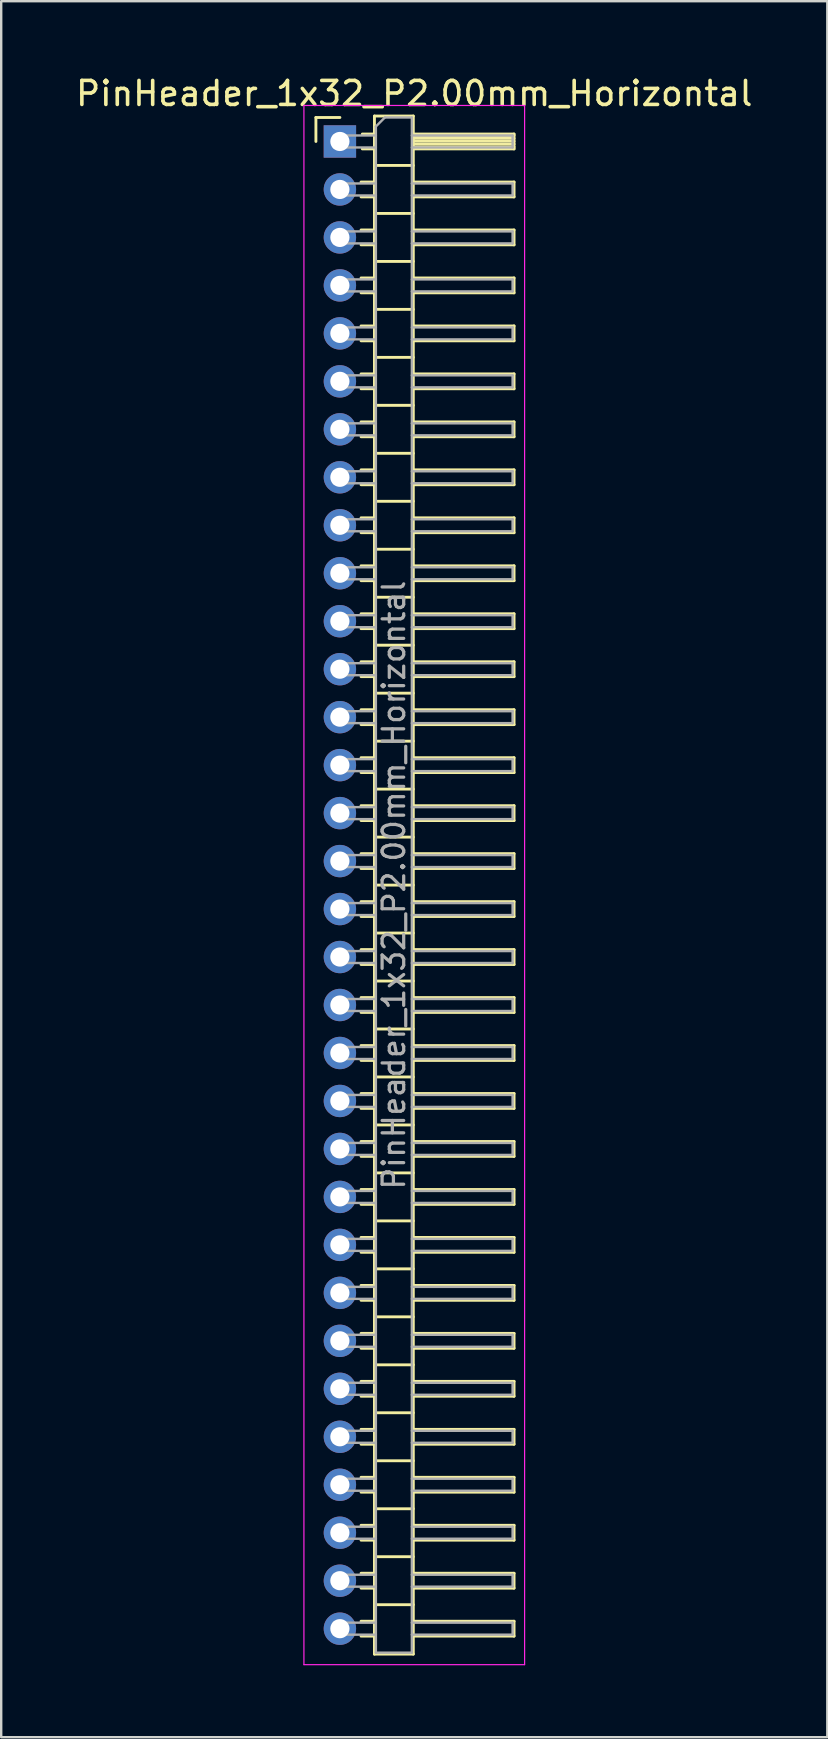
<source format=kicad_pcb>
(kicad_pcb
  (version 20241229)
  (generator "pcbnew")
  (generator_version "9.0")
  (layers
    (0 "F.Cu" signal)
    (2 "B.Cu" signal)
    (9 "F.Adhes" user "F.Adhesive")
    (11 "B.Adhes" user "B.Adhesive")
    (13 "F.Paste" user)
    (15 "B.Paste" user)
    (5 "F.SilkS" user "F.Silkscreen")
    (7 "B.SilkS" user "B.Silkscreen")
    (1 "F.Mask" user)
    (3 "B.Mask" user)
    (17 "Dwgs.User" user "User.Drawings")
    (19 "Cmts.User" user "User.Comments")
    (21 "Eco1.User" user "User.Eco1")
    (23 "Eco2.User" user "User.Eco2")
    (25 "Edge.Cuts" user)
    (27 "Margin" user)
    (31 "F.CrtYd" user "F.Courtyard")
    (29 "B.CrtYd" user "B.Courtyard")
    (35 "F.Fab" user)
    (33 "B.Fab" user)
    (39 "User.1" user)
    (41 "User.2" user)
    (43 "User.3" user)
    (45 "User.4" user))
  (footprint "PinHeader_1x32_P2.00mm_Horizontal"
    (layer "F.Cu")
    (at 11.12 2.848)
    (property "Reference" "PinHeader_1x32_P2.00mm_Horizontal" (at 3.1 -2 0) (layer "F.SilkS") (effects (font (size 1 1) (thickness 0.15))))
    (attr through_hole)
    (fp_line (start -1 -1) (end 0 -1) (stroke (width 0.12) (type solid)) (layer "F.SilkS"))
    (fp_line (start -1 0) (end -1 -1) (stroke (width 0.12) (type solid)) (layer "F.SilkS"))
    (fp_line (start 0.882 1.69) (end 1.44 1.69) (stroke (width 0.12) (type solid)) (layer "F.SilkS"))
    (fp_line (start 0.882 2.31) (end 1.44 2.31) (stroke (width 0.12) (type solid)) (layer "F.SilkS"))
    (fp_line (start 0.882 3.69) (end 1.44 3.69) (stroke (width 0.12) (type solid)) (layer "F.SilkS"))
    (fp_line (start 0.882 4.31) (end 1.44 4.31) (stroke (width 0.12) (type solid)) (layer "F.SilkS"))
    (fp_line (start 0.882 5.69) (end 1.44 5.69) (stroke (width 0.12) (type solid)) (layer "F.SilkS"))
    (fp_line (start 0.882 6.31) (end 1.44 6.31) (stroke (width 0.12) (type solid)) (layer "F.SilkS"))
    (fp_line (start 0.882 7.69) (end 1.44 7.69) (stroke (width 0.12) (type solid)) (layer "F.SilkS"))
    (fp_line (start 0.882 8.31) (end 1.44 8.31) (stroke (width 0.12) (type solid)) (layer "F.SilkS"))
    (fp_line (start 0.882 9.69) (end 1.44 9.69) (stroke (width 0.12) (type solid)) (layer "F.SilkS"))
    (fp_line (start 0.882 10.31) (end 1.44 10.31) (stroke (width 0.12) (type solid)) (layer "F.SilkS"))
    (fp_line (start 0.882 11.69) (end 1.44 11.69) (stroke (width 0.12) (type solid)) (layer "F.SilkS"))
    (fp_line (start 0.882 12.31) (end 1.44 12.31) (stroke (width 0.12) (type solid)) (layer "F.SilkS"))
    (fp_line (start 0.882 13.69) (end 1.44 13.69) (stroke (width 0.12) (type solid)) (layer "F.SilkS"))
    (fp_line (start 0.882 14.31) (end 1.44 14.31) (stroke (width 0.12) (type solid)) (layer "F.SilkS"))
    (fp_line (start 0.882 15.69) (end 1.44 15.69) (stroke (width 0.12) (type solid)) (layer "F.SilkS"))
    (fp_line (start 0.882 16.31) (end 1.44 16.31) (stroke (width 0.12) (type solid)) (layer "F.SilkS"))
    (fp_line (start 0.882 17.69) (end 1.44 17.69) (stroke (width 0.12) (type solid)) (layer "F.SilkS"))
    (fp_line (start 0.882 18.31) (end 1.44 18.31) (stroke (width 0.12) (type solid)) (layer "F.SilkS"))
    (fp_line (start 0.882 19.69) (end 1.44 19.69) (stroke (width 0.12) (type solid)) (layer "F.SilkS"))
    (fp_line (start 0.882 20.31) (end 1.44 20.31) (stroke (width 0.12) (type solid)) (layer "F.SilkS"))
    (fp_line (start 0.882 21.69) (end 1.44 21.69) (stroke (width 0.12) (type solid)) (layer "F.SilkS"))
    (fp_line (start 0.882 22.31) (end 1.44 22.31) (stroke (width 0.12) (type solid)) (layer "F.SilkS"))
    (fp_line (start 0.882 23.69) (end 1.44 23.69) (stroke (width 0.12) (type solid)) (layer "F.SilkS"))
    (fp_line (start 0.882 24.31) (end 1.44 24.31) (stroke (width 0.12) (type solid)) (layer "F.SilkS"))
    (fp_line (start 0.882 25.69) (end 1.44 25.69) (stroke (width 0.12) (type solid)) (layer "F.SilkS"))
    (fp_line (start 0.882 26.31) (end 1.44 26.31) (stroke (width 0.12) (type solid)) (layer "F.SilkS"))
    (fp_line (start 0.882 27.69) (end 1.44 27.69) (stroke (width 0.12) (type solid)) (layer "F.SilkS"))
    (fp_line (start 0.882 28.31) (end 1.44 28.31) (stroke (width 0.12) (type solid)) (layer "F.SilkS"))
    (fp_line (start 0.882 29.69) (end 1.44 29.69) (stroke (width 0.12) (type solid)) (layer "F.SilkS"))
    (fp_line (start 0.882 30.31) (end 1.44 30.31) (stroke (width 0.12) (type solid)) (layer "F.SilkS"))
    (fp_line (start 0.882 31.69) (end 1.44 31.69) (stroke (width 0.12) (type solid)) (layer "F.SilkS"))
    (fp_line (start 0.882 32.31) (end 1.44 32.31) (stroke (width 0.12) (type solid)) (layer "F.SilkS"))
    (fp_line (start 0.882 33.69) (end 1.44 33.69) (stroke (width 0.12) (type solid)) (layer "F.SilkS"))
    (fp_line (start 0.882 34.31) (end 1.44 34.31) (stroke (width 0.12) (type solid)) (layer "F.SilkS"))
    (fp_line (start 0.882 35.69) (end 1.44 35.69) (stroke (width 0.12) (type solid)) (layer "F.SilkS"))
    (fp_line (start 0.882 36.31) (end 1.44 36.31) (stroke (width 0.12) (type solid)) (layer "F.SilkS"))
    (fp_line (start 0.882 37.69) (end 1.44 37.69) (stroke (width 0.12) (type solid)) (layer "F.SilkS"))
    (fp_line (start 0.882 38.31) (end 1.44 38.31) (stroke (width 0.12) (type solid)) (layer "F.SilkS"))
    (fp_line (start 0.882 39.69) (end 1.44 39.69) (stroke (width 0.12) (type solid)) (layer "F.SilkS"))
    (fp_line (start 0.882 40.31) (end 1.44 40.31) (stroke (width 0.12) (type solid)) (layer "F.SilkS"))
    (fp_line (start 0.882 41.69) (end 1.44 41.69) (stroke (width 0.12) (type solid)) (layer "F.SilkS"))
    (fp_line (start 0.882 42.31) (end 1.44 42.31) (stroke (width 0.12) (type solid)) (layer "F.SilkS"))
    (fp_line (start 0.882 43.69) (end 1.44 43.69) (stroke (width 0.12) (type solid)) (layer "F.SilkS"))
    (fp_line (start 0.882 44.31) (end 1.44 44.31) (stroke (width 0.12) (type solid)) (layer "F.SilkS"))
    (fp_line (start 0.882 45.69) (end 1.44 45.69) (stroke (width 0.12) (type solid)) (layer "F.SilkS"))
    (fp_line (start 0.882 46.31) (end 1.44 46.31) (stroke (width 0.12) (type solid)) (layer "F.SilkS"))
    (fp_line (start 0.882 47.69) (end 1.44 47.69) (stroke (width 0.12) (type solid)) (layer "F.SilkS"))
    (fp_line (start 0.882 48.31) (end 1.44 48.31) (stroke (width 0.12) (type solid)) (layer "F.SilkS"))
    (fp_line (start 0.882 49.69) (end 1.44 49.69) (stroke (width 0.12) (type solid)) (layer "F.SilkS"))
    (fp_line (start 0.882 50.31) (end 1.44 50.31) (stroke (width 0.12) (type solid)) (layer "F.SilkS"))
    (fp_line (start 0.882 51.69) (end 1.44 51.69) (stroke (width 0.12) (type solid)) (layer "F.SilkS"))
    (fp_line (start 0.882 52.31) (end 1.44 52.31) (stroke (width 0.12) (type solid)) (layer "F.SilkS"))
    (fp_line (start 0.882 53.69) (end 1.44 53.69) (stroke (width 0.12) (type solid)) (layer "F.SilkS"))
    (fp_line (start 0.882 54.31) (end 1.44 54.31) (stroke (width 0.12) (type solid)) (layer "F.SilkS"))
    (fp_line (start 0.882 55.69) (end 1.44 55.69) (stroke (width 0.12) (type solid)) (layer "F.SilkS"))
    (fp_line (start 0.882 56.31) (end 1.44 56.31) (stroke (width 0.12) (type solid)) (layer "F.SilkS"))
    (fp_line (start 0.882 57.69) (end 1.44 57.69) (stroke (width 0.12) (type solid)) (layer "F.SilkS"))
    (fp_line (start 0.882 58.31) (end 1.44 58.31) (stroke (width 0.12) (type solid)) (layer "F.SilkS"))
    (fp_line (start 0.882 59.69) (end 1.44 59.69) (stroke (width 0.12) (type solid)) (layer "F.SilkS"))
    (fp_line (start 0.882 60.31) (end 1.44 60.31) (stroke (width 0.12) (type solid)) (layer "F.SilkS"))
    (fp_line (start 0.882 61.69) (end 1.44 61.69) (stroke (width 0.12) (type solid)) (layer "F.SilkS"))
    (fp_line (start 0.882 62.31) (end 1.44 62.31) (stroke (width 0.12) (type solid)) (layer "F.SilkS"))
    (fp_line (start 0.935 -0.31) (end 1.44 -0.31) (stroke (width 0.12) (type solid)) (layer "F.SilkS"))
    (fp_line (start 0.935 0.31) (end 1.44 0.31) (stroke (width 0.12) (type solid)) (layer "F.SilkS"))
    (fp_line (start 1.44 -1.06) (end 1.44 63.06) (stroke (width 0.12) (type solid)) (layer "F.SilkS"))
    (fp_line (start 1.44 1) (end 3.06 1) (stroke (width 0.12) (type solid)) (layer "F.SilkS"))
    (fp_line (start 1.44 3) (end 3.06 3) (stroke (width 0.12) (type solid)) (layer "F.SilkS"))
    (fp_line (start 1.44 5) (end 3.06 5) (stroke (width 0.12) (type solid)) (layer "F.SilkS"))
    (fp_line (start 1.44 7) (end 3.06 7) (stroke (width 0.12) (type solid)) (layer "F.SilkS"))
    (fp_line (start 1.44 9) (end 3.06 9) (stroke (width 0.12) (type solid)) (layer "F.SilkS"))
    (fp_line (start 1.44 11) (end 3.06 11) (stroke (width 0.12) (type solid)) (layer "F.SilkS"))
    (fp_line (start 1.44 13) (end 3.06 13) (stroke (width 0.12) (type solid)) (layer "F.SilkS"))
    (fp_line (start 1.44 15) (end 3.06 15) (stroke (width 0.12) (type solid)) (layer "F.SilkS"))
    (fp_line (start 1.44 17) (end 3.06 17) (stroke (width 0.12) (type solid)) (layer "F.SilkS"))
    (fp_line (start 1.44 19) (end 3.06 19) (stroke (width 0.12) (type solid)) (layer "F.SilkS"))
    (fp_line (start 1.44 21) (end 3.06 21) (stroke (width 0.12) (type solid)) (layer "F.SilkS"))
    (fp_line (start 1.44 23) (end 3.06 23) (stroke (width 0.12) (type solid)) (layer "F.SilkS"))
    (fp_line (start 1.44 25) (end 3.06 25) (stroke (width 0.12) (type solid)) (layer "F.SilkS"))
    (fp_line (start 1.44 27) (end 3.06 27) (stroke (width 0.12) (type solid)) (layer "F.SilkS"))
    (fp_line (start 1.44 29) (end 3.06 29) (stroke (width 0.12) (type solid)) (layer "F.SilkS"))
    (fp_line (start 1.44 31) (end 3.06 31) (stroke (width 0.12) (type solid)) (layer "F.SilkS"))
    (fp_line (start 1.44 33) (end 3.06 33) (stroke (width 0.12) (type solid)) (layer "F.SilkS"))
    (fp_line (start 1.44 35) (end 3.06 35) (stroke (width 0.12) (type solid)) (layer "F.SilkS"))
    (fp_line (start 1.44 37) (end 3.06 37) (stroke (width 0.12) (type solid)) (layer "F.SilkS"))
    (fp_line (start 1.44 39) (end 3.06 39) (stroke (width 0.12) (type solid)) (layer "F.SilkS"))
    (fp_line (start 1.44 41) (end 3.06 41) (stroke (width 0.12) (type solid)) (layer "F.SilkS"))
    (fp_line (start 1.44 43) (end 3.06 43) (stroke (width 0.12) (type solid)) (layer "F.SilkS"))
    (fp_line (start 1.44 45) (end 3.06 45) (stroke (width 0.12) (type solid)) (layer "F.SilkS"))
    (fp_line (start 1.44 47) (end 3.06 47) (stroke (width 0.12) (type solid)) (layer "F.SilkS"))
    (fp_line (start 1.44 49) (end 3.06 49) (stroke (width 0.12) (type solid)) (layer "F.SilkS"))
    (fp_line (start 1.44 51) (end 3.06 51) (stroke (width 0.12) (type solid)) (layer "F.SilkS"))
    (fp_line (start 1.44 53) (end 3.06 53) (stroke (width 0.12) (type solid)) (layer "F.SilkS"))
    (fp_line (start 1.44 55) (end 3.06 55) (stroke (width 0.12) (type solid)) (layer "F.SilkS"))
    (fp_line (start 1.44 57) (end 3.06 57) (stroke (width 0.12) (type solid)) (layer "F.SilkS"))
    (fp_line (start 1.44 59) (end 3.06 59) (stroke (width 0.12) (type solid)) (layer "F.SilkS"))
    (fp_line (start 1.44 61) (end 3.06 61) (stroke (width 0.12) (type solid)) (layer "F.SilkS"))
    (fp_line (start 1.44 63.06) (end 3.06 63.06) (stroke (width 0.12) (type solid)) (layer "F.SilkS"))
    (fp_line (start 3.06 -1.06) (end 1.44 -1.06) (stroke (width 0.12) (type solid)) (layer "F.SilkS"))
    (fp_line (start 3.06 -0.31) (end 7.26 -0.31) (stroke (width 0.12) (type solid)) (layer "F.SilkS"))
    (fp_line (start 3.06 -0.25) (end 7.26 -0.25) (stroke (width 0.12) (type solid)) (layer "F.SilkS"))
    (fp_line (start 3.06 -0.13) (end 7.26 -0.13) (stroke (width 0.12) (type solid)) (layer "F.SilkS"))
    (fp_line (start 3.06 -0.01) (end 7.26 -0.01) (stroke (width 0.12) (type solid)) (layer "F.SilkS"))
    (fp_line (start 3.06 0.11) (end 7.26 0.11) (stroke (width 0.12) (type solid)) (layer "F.SilkS"))
    (fp_line (start 3.06 0.23) (end 7.26 0.23) (stroke (width 0.12) (type solid)) (layer "F.SilkS"))
    (fp_line (start 3.06 1.69) (end 7.26 1.69) (stroke (width 0.12) (type solid)) (layer "F.SilkS"))
    (fp_line (start 3.06 3.69) (end 7.26 3.69) (stroke (width 0.12) (type solid)) (layer "F.SilkS"))
    (fp_line (start 3.06 5.69) (end 7.26 5.69) (stroke (width 0.12) (type solid)) (layer "F.SilkS"))
    (fp_line (start 3.06 7.69) (end 7.26 7.69) (stroke (width 0.12) (type solid)) (layer "F.SilkS"))
    (fp_line (start 3.06 9.69) (end 7.26 9.69) (stroke (width 0.12) (type solid)) (layer "F.SilkS"))
    (fp_line (start 3.06 11.69) (end 7.26 11.69) (stroke (width 0.12) (type solid)) (layer "F.SilkS"))
    (fp_line (start 3.06 13.69) (end 7.26 13.69) (stroke (width 0.12) (type solid)) (layer "F.SilkS"))
    (fp_line (start 3.06 15.69) (end 7.26 15.69) (stroke (width 0.12) (type solid)) (layer "F.SilkS"))
    (fp_line (start 3.06 17.69) (end 7.26 17.69) (stroke (width 0.12) (type solid)) (layer "F.SilkS"))
    (fp_line (start 3.06 19.69) (end 7.26 19.69) (stroke (width 0.12) (type solid)) (layer "F.SilkS"))
    (fp_line (start 3.06 21.69) (end 7.26 21.69) (stroke (width 0.12) (type solid)) (layer "F.SilkS"))
    (fp_line (start 3.06 23.69) (end 7.26 23.69) (stroke (width 0.12) (type solid)) (layer "F.SilkS"))
    (fp_line (start 3.06 25.69) (end 7.26 25.69) (stroke (width 0.12) (type solid)) (layer "F.SilkS"))
    (fp_line (start 3.06 27.69) (end 7.26 27.69) (stroke (width 0.12) (type solid)) (layer "F.SilkS"))
    (fp_line (start 3.06 29.69) (end 7.26 29.69) (stroke (width 0.12) (type solid)) (layer "F.SilkS"))
    (fp_line (start 3.06 31.69) (end 7.26 31.69) (stroke (width 0.12) (type solid)) (layer "F.SilkS"))
    (fp_line (start 3.06 33.69) (end 7.26 33.69) (stroke (width 0.12) (type solid)) (layer "F.SilkS"))
    (fp_line (start 3.06 35.69) (end 7.26 35.69) (stroke (width 0.12) (type solid)) (layer "F.SilkS"))
    (fp_line (start 3.06 37.69) (end 7.26 37.69) (stroke (width 0.12) (type solid)) (layer "F.SilkS"))
    (fp_line (start 3.06 39.69) (end 7.26 39.69) (stroke (width 0.12) (type solid)) (layer "F.SilkS"))
    (fp_line (start 3.06 41.69) (end 7.26 41.69) (stroke (width 0.12) (type solid)) (layer "F.SilkS"))
    (fp_line (start 3.06 43.69) (end 7.26 43.69) (stroke (width 0.12) (type solid)) (layer "F.SilkS"))
    (fp_line (start 3.06 45.69) (end 7.26 45.69) (stroke (width 0.12) (type solid)) (layer "F.SilkS"))
    (fp_line (start 3.06 47.69) (end 7.26 47.69) (stroke (width 0.12) (type solid)) (layer "F.SilkS"))
    (fp_line (start 3.06 49.69) (end 7.26 49.69) (stroke (width 0.12) (type solid)) (layer "F.SilkS"))
    (fp_line (start 3.06 51.69) (end 7.26 51.69) (stroke (width 0.12) (type solid)) (layer "F.SilkS"))
    (fp_line (start 3.06 53.69) (end 7.26 53.69) (stroke (width 0.12) (type solid)) (layer "F.SilkS"))
    (fp_line (start 3.06 55.69) (end 7.26 55.69) (stroke (width 0.12) (type solid)) (layer "F.SilkS"))
    (fp_line (start 3.06 57.69) (end 7.26 57.69) (stroke (width 0.12) (type solid)) (layer "F.SilkS"))
    (fp_line (start 3.06 59.69) (end 7.26 59.69) (stroke (width 0.12) (type solid)) (layer "F.SilkS"))
    (fp_line (start 3.06 61.69) (end 7.26 61.69) (stroke (width 0.12) (type solid)) (layer "F.SilkS"))
    (fp_line (start 3.06 63.06) (end 3.06 -1.06) (stroke (width 0.12) (type solid)) (layer "F.SilkS"))
    (fp_line (start 7.26 -0.31) (end 7.26 0.31) (stroke (width 0.12) (type solid)) (layer "F.SilkS"))
    (fp_line (start 7.26 0.31) (end 3.06 0.31) (stroke (width 0.12) (type solid)) (layer "F.SilkS"))
    (fp_line (start 7.26 1.69) (end 7.26 2.31) (stroke (width 0.12) (type solid)) (layer "F.SilkS"))
    (fp_line (start 7.26 2.31) (end 3.06 2.31) (stroke (width 0.12) (type solid)) (layer "F.SilkS"))
    (fp_line (start 7.26 3.69) (end 7.26 4.31) (stroke (width 0.12) (type solid)) (layer "F.SilkS"))
    (fp_line (start 7.26 4.31) (end 3.06 4.31) (stroke (width 0.12) (type solid)) (layer "F.SilkS"))
    (fp_line (start 7.26 5.69) (end 7.26 6.31) (stroke (width 0.12) (type solid)) (layer "F.SilkS"))
    (fp_line (start 7.26 6.31) (end 3.06 6.31) (stroke (width 0.12) (type solid)) (layer "F.SilkS"))
    (fp_line (start 7.26 7.69) (end 7.26 8.31) (stroke (width 0.12) (type solid)) (layer "F.SilkS"))
    (fp_line (start 7.26 8.31) (end 3.06 8.31) (stroke (width 0.12) (type solid)) (layer "F.SilkS"))
    (fp_line (start 7.26 9.69) (end 7.26 10.31) (stroke (width 0.12) (type solid)) (layer "F.SilkS"))
    (fp_line (start 7.26 10.31) (end 3.06 10.31) (stroke (width 0.12) (type solid)) (layer "F.SilkS"))
    (fp_line (start 7.26 11.69) (end 7.26 12.31) (stroke (width 0.12) (type solid)) (layer "F.SilkS"))
    (fp_line (start 7.26 12.31) (end 3.06 12.31) (stroke (width 0.12) (type solid)) (layer "F.SilkS"))
    (fp_line (start 7.26 13.69) (end 7.26 14.31) (stroke (width 0.12) (type solid)) (layer "F.SilkS"))
    (fp_line (start 7.26 14.31) (end 3.06 14.31) (stroke (width 0.12) (type solid)) (layer "F.SilkS"))
    (fp_line (start 7.26 15.69) (end 7.26 16.31) (stroke (width 0.12) (type solid)) (layer "F.SilkS"))
    (fp_line (start 7.26 16.31) (end 3.06 16.31) (stroke (width 0.12) (type solid)) (layer "F.SilkS"))
    (fp_line (start 7.26 17.69) (end 7.26 18.31) (stroke (width 0.12) (type solid)) (layer "F.SilkS"))
    (fp_line (start 7.26 18.31) (end 3.06 18.31) (stroke (width 0.12) (type solid)) (layer "F.SilkS"))
    (fp_line (start 7.26 19.69) (end 7.26 20.31) (stroke (width 0.12) (type solid)) (layer "F.SilkS"))
    (fp_line (start 7.26 20.31) (end 3.06 20.31) (stroke (width 0.12) (type solid)) (layer "F.SilkS"))
    (fp_line (start 7.26 21.69) (end 7.26 22.31) (stroke (width 0.12) (type solid)) (layer "F.SilkS"))
    (fp_line (start 7.26 22.31) (end 3.06 22.31) (stroke (width 0.12) (type solid)) (layer "F.SilkS"))
    (fp_line (start 7.26 23.69) (end 7.26 24.31) (stroke (width 0.12) (type solid)) (layer "F.SilkS"))
    (fp_line (start 7.26 24.31) (end 3.06 24.31) (stroke (width 0.12) (type solid)) (layer "F.SilkS"))
    (fp_line (start 7.26 25.69) (end 7.26 26.31) (stroke (width 0.12) (type solid)) (layer "F.SilkS"))
    (fp_line (start 7.26 26.31) (end 3.06 26.31) (stroke (width 0.12) (type solid)) (layer "F.SilkS"))
    (fp_line (start 7.26 27.69) (end 7.26 28.31) (stroke (width 0.12) (type solid)) (layer "F.SilkS"))
    (fp_line (start 7.26 28.31) (end 3.06 28.31) (stroke (width 0.12) (type solid)) (layer "F.SilkS"))
    (fp_line (start 7.26 29.69) (end 7.26 30.31) (stroke (width 0.12) (type solid)) (layer "F.SilkS"))
    (fp_line (start 7.26 30.31) (end 3.06 30.31) (stroke (width 0.12) (type solid)) (layer "F.SilkS"))
    (fp_line (start 7.26 31.69) (end 7.26 32.31) (stroke (width 0.12) (type solid)) (layer "F.SilkS"))
    (fp_line (start 7.26 32.31) (end 3.06 32.31) (stroke (width 0.12) (type solid)) (layer "F.SilkS"))
    (fp_line (start 7.26 33.69) (end 7.26 34.31) (stroke (width 0.12) (type solid)) (layer "F.SilkS"))
    (fp_line (start 7.26 34.31) (end 3.06 34.31) (stroke (width 0.12) (type solid)) (layer "F.SilkS"))
    (fp_line (start 7.26 35.69) (end 7.26 36.31) (stroke (width 0.12) (type solid)) (layer "F.SilkS"))
    (fp_line (start 7.26 36.31) (end 3.06 36.31) (stroke (width 0.12) (type solid)) (layer "F.SilkS"))
    (fp_line (start 7.26 37.69) (end 7.26 38.31) (stroke (width 0.12) (type solid)) (layer "F.SilkS"))
    (fp_line (start 7.26 38.31) (end 3.06 38.31) (stroke (width 0.12) (type solid)) (layer "F.SilkS"))
    (fp_line (start 7.26 39.69) (end 7.26 40.31) (stroke (width 0.12) (type solid)) (layer "F.SilkS"))
    (fp_line (start 7.26 40.31) (end 3.06 40.31) (stroke (width 0.12) (type solid)) (layer "F.SilkS"))
    (fp_line (start 7.26 41.69) (end 7.26 42.31) (stroke (width 0.12) (type solid)) (layer "F.SilkS"))
    (fp_line (start 7.26 42.31) (end 3.06 42.31) (stroke (width 0.12) (type solid)) (layer "F.SilkS"))
    (fp_line (start 7.26 43.69) (end 7.26 44.31) (stroke (width 0.12) (type solid)) (layer "F.SilkS"))
    (fp_line (start 7.26 44.31) (end 3.06 44.31) (stroke (width 0.12) (type solid)) (layer "F.SilkS"))
    (fp_line (start 7.26 45.69) (end 7.26 46.31) (stroke (width 0.12) (type solid)) (layer "F.SilkS"))
    (fp_line (start 7.26 46.31) (end 3.06 46.31) (stroke (width 0.12) (type solid)) (layer "F.SilkS"))
    (fp_line (start 7.26 47.69) (end 7.26 48.31) (stroke (width 0.12) (type solid)) (layer "F.SilkS"))
    (fp_line (start 7.26 48.31) (end 3.06 48.31) (stroke (width 0.12) (type solid)) (layer "F.SilkS"))
    (fp_line (start 7.26 49.69) (end 7.26 50.31) (stroke (width 0.12) (type solid)) (layer "F.SilkS"))
    (fp_line (start 7.26 50.31) (end 3.06 50.31) (stroke (width 0.12) (type solid)) (layer "F.SilkS"))
    (fp_line (start 7.26 51.69) (end 7.26 52.31) (stroke (width 0.12) (type solid)) (layer "F.SilkS"))
    (fp_line (start 7.26 52.31) (end 3.06 52.31) (stroke (width 0.12) (type solid)) (layer "F.SilkS"))
    (fp_line (start 7.26 53.69) (end 7.26 54.31) (stroke (width 0.12) (type solid)) (layer "F.SilkS"))
    (fp_line (start 7.26 54.31) (end 3.06 54.31) (stroke (width 0.12) (type solid)) (layer "F.SilkS"))
    (fp_line (start 7.26 55.69) (end 7.26 56.31) (stroke (width 0.12) (type solid)) (layer "F.SilkS"))
    (fp_line (start 7.26 56.31) (end 3.06 56.31) (stroke (width 0.12) (type solid)) (layer "F.SilkS"))
    (fp_line (start 7.26 57.69) (end 7.26 58.31) (stroke (width 0.12) (type solid)) (layer "F.SilkS"))
    (fp_line (start 7.26 58.31) (end 3.06 58.31) (stroke (width 0.12) (type solid)) (layer "F.SilkS"))
    (fp_line (start 7.26 59.69) (end 7.26 60.31) (stroke (width 0.12) (type solid)) (layer "F.SilkS"))
    (fp_line (start 7.26 60.31) (end 3.06 60.31) (stroke (width 0.12) (type solid)) (layer "F.SilkS"))
    (fp_line (start 7.26 61.69) (end 7.26 62.31) (stroke (width 0.12) (type solid)) (layer "F.SilkS"))
    (fp_line (start 7.26 62.31) (end 3.06 62.31) (stroke (width 0.12) (type solid)) (layer "F.SilkS"))
    (fp_line (start -1.5 -1.5) (end -1.5 63.5) (stroke (width 0.05) (type solid)) (layer "F.CrtYd"))
    (fp_line (start -1.5 63.5) (end 7.7 63.5) (stroke (width 0.05) (type solid)) (layer "F.CrtYd"))
    (fp_line (start 7.7 -1.5) (end -1.5 -1.5) (stroke (width 0.05) (type solid)) (layer "F.CrtYd"))
    (fp_line (start 7.7 63.5) (end 7.7 -1.5) (stroke (width 0.05) (type solid)) (layer "F.CrtYd"))
    (fp_line (start -0.25 -0.25) (end -0.25 0.25) (stroke (width 0.1) (type solid)) (layer "F.Fab"))
    (fp_line (start -0.25 -0.25) (end 1.5 -0.25) (stroke (width 0.1) (type solid)) (layer "F.Fab"))
    (fp_line (start -0.25 0.25) (end 1.5 0.25) (stroke (width 0.1) (type solid)) (layer "F.Fab"))
    (fp_line (start -0.25 1.75) (end -0.25 2.25) (stroke (width 0.1) (type solid)) (layer "F.Fab"))
    (fp_line (start -0.25 1.75) (end 1.5 1.75) (stroke (width 0.1) (type solid)) (layer "F.Fab"))
    (fp_line (start -0.25 2.25) (end 1.5 2.25) (stroke (width 0.1) (type solid)) (layer "F.Fab"))
    (fp_line (start -0.25 3.75) (end -0.25 4.25) (stroke (width 0.1) (type solid)) (layer "F.Fab"))
    (fp_line (start -0.25 3.75) (end 1.5 3.75) (stroke (width 0.1) (type solid)) (layer "F.Fab"))
    (fp_line (start -0.25 4.25) (end 1.5 4.25) (stroke (width 0.1) (type solid)) (layer "F.Fab"))
    (fp_line (start -0.25 5.75) (end -0.25 6.25) (stroke (width 0.1) (type solid)) (layer "F.Fab"))
    (fp_line (start -0.25 5.75) (end 1.5 5.75) (stroke (width 0.1) (type solid)) (layer "F.Fab"))
    (fp_line (start -0.25 6.25) (end 1.5 6.25) (stroke (width 0.1) (type solid)) (layer "F.Fab"))
    (fp_line (start -0.25 7.75) (end -0.25 8.25) (stroke (width 0.1) (type solid)) (layer "F.Fab"))
    (fp_line (start -0.25 7.75) (end 1.5 7.75) (stroke (width 0.1) (type solid)) (layer "F.Fab"))
    (fp_line (start -0.25 8.25) (end 1.5 8.25) (stroke (width 0.1) (type solid)) (layer "F.Fab"))
    (fp_line (start -0.25 9.75) (end -0.25 10.25) (stroke (width 0.1) (type solid)) (layer "F.Fab"))
    (fp_line (start -0.25 9.75) (end 1.5 9.75) (stroke (width 0.1) (type solid)) (layer "F.Fab"))
    (fp_line (start -0.25 10.25) (end 1.5 10.25) (stroke (width 0.1) (type solid)) (layer "F.Fab"))
    (fp_line (start -0.25 11.75) (end -0.25 12.25) (stroke (width 0.1) (type solid)) (layer "F.Fab"))
    (fp_line (start -0.25 11.75) (end 1.5 11.75) (stroke (width 0.1) (type solid)) (layer "F.Fab"))
    (fp_line (start -0.25 12.25) (end 1.5 12.25) (stroke (width 0.1) (type solid)) (layer "F.Fab"))
    (fp_line (start -0.25 13.75) (end -0.25 14.25) (stroke (width 0.1) (type solid)) (layer "F.Fab"))
    (fp_line (start -0.25 13.75) (end 1.5 13.75) (stroke (width 0.1) (type solid)) (layer "F.Fab"))
    (fp_line (start -0.25 14.25) (end 1.5 14.25) (stroke (width 0.1) (type solid)) (layer "F.Fab"))
    (fp_line (start -0.25 15.75) (end -0.25 16.25) (stroke (width 0.1) (type solid)) (layer "F.Fab"))
    (fp_line (start -0.25 15.75) (end 1.5 15.75) (stroke (width 0.1) (type solid)) (layer "F.Fab"))
    (fp_line (start -0.25 16.25) (end 1.5 16.25) (stroke (width 0.1) (type solid)) (layer "F.Fab"))
    (fp_line (start -0.25 17.75) (end -0.25 18.25) (stroke (width 0.1) (type solid)) (layer "F.Fab"))
    (fp_line (start -0.25 17.75) (end 1.5 17.75) (stroke (width 0.1) (type solid)) (layer "F.Fab"))
    (fp_line (start -0.25 18.25) (end 1.5 18.25) (stroke (width 0.1) (type solid)) (layer "F.Fab"))
    (fp_line (start -0.25 19.75) (end -0.25 20.25) (stroke (width 0.1) (type solid)) (layer "F.Fab"))
    (fp_line (start -0.25 19.75) (end 1.5 19.75) (stroke (width 0.1) (type solid)) (layer "F.Fab"))
    (fp_line (start -0.25 20.25) (end 1.5 20.25) (stroke (width 0.1) (type solid)) (layer "F.Fab"))
    (fp_line (start -0.25 21.75) (end -0.25 22.25) (stroke (width 0.1) (type solid)) (layer "F.Fab"))
    (fp_line (start -0.25 21.75) (end 1.5 21.75) (stroke (width 0.1) (type solid)) (layer "F.Fab"))
    (fp_line (start -0.25 22.25) (end 1.5 22.25) (stroke (width 0.1) (type solid)) (layer "F.Fab"))
    (fp_line (start -0.25 23.75) (end -0.25 24.25) (stroke (width 0.1) (type solid)) (layer "F.Fab"))
    (fp_line (start -0.25 23.75) (end 1.5 23.75) (stroke (width 0.1) (type solid)) (layer "F.Fab"))
    (fp_line (start -0.25 24.25) (end 1.5 24.25) (stroke (width 0.1) (type solid)) (layer "F.Fab"))
    (fp_line (start -0.25 25.75) (end -0.25 26.25) (stroke (width 0.1) (type solid)) (layer "F.Fab"))
    (fp_line (start -0.25 25.75) (end 1.5 25.75) (stroke (width 0.1) (type solid)) (layer "F.Fab"))
    (fp_line (start -0.25 26.25) (end 1.5 26.25) (stroke (width 0.1) (type solid)) (layer "F.Fab"))
    (fp_line (start -0.25 27.75) (end -0.25 28.25) (stroke (width 0.1) (type solid)) (layer "F.Fab"))
    (fp_line (start -0.25 27.75) (end 1.5 27.75) (stroke (width 0.1) (type solid)) (layer "F.Fab"))
    (fp_line (start -0.25 28.25) (end 1.5 28.25) (stroke (width 0.1) (type solid)) (layer "F.Fab"))
    (fp_line (start -0.25 29.75) (end -0.25 30.25) (stroke (width 0.1) (type solid)) (layer "F.Fab"))
    (fp_line (start -0.25 29.75) (end 1.5 29.75) (stroke (width 0.1) (type solid)) (layer "F.Fab"))
    (fp_line (start -0.25 30.25) (end 1.5 30.25) (stroke (width 0.1) (type solid)) (layer "F.Fab"))
    (fp_line (start -0.25 31.75) (end -0.25 32.25) (stroke (width 0.1) (type solid)) (layer "F.Fab"))
    (fp_line (start -0.25 31.75) (end 1.5 31.75) (stroke (width 0.1) (type solid)) (layer "F.Fab"))
    (fp_line (start -0.25 32.25) (end 1.5 32.25) (stroke (width 0.1) (type solid)) (layer "F.Fab"))
    (fp_line (start -0.25 33.75) (end -0.25 34.25) (stroke (width 0.1) (type solid)) (layer "F.Fab"))
    (fp_line (start -0.25 33.75) (end 1.5 33.75) (stroke (width 0.1) (type solid)) (layer "F.Fab"))
    (fp_line (start -0.25 34.25) (end 1.5 34.25) (stroke (width 0.1) (type solid)) (layer "F.Fab"))
    (fp_line (start -0.25 35.75) (end -0.25 36.25) (stroke (width 0.1) (type solid)) (layer "F.Fab"))
    (fp_line (start -0.25 35.75) (end 1.5 35.75) (stroke (width 0.1) (type solid)) (layer "F.Fab"))
    (fp_line (start -0.25 36.25) (end 1.5 36.25) (stroke (width 0.1) (type solid)) (layer "F.Fab"))
    (fp_line (start -0.25 37.75) (end -0.25 38.25) (stroke (width 0.1) (type solid)) (layer "F.Fab"))
    (fp_line (start -0.25 37.75) (end 1.5 37.75) (stroke (width 0.1) (type solid)) (layer "F.Fab"))
    (fp_line (start -0.25 38.25) (end 1.5 38.25) (stroke (width 0.1) (type solid)) (layer "F.Fab"))
    (fp_line (start -0.25 39.75) (end -0.25 40.25) (stroke (width 0.1) (type solid)) (layer "F.Fab"))
    (fp_line (start -0.25 39.75) (end 1.5 39.75) (stroke (width 0.1) (type solid)) (layer "F.Fab"))
    (fp_line (start -0.25 40.25) (end 1.5 40.25) (stroke (width 0.1) (type solid)) (layer "F.Fab"))
    (fp_line (start -0.25 41.75) (end -0.25 42.25) (stroke (width 0.1) (type solid)) (layer "F.Fab"))
    (fp_line (start -0.25 41.75) (end 1.5 41.75) (stroke (width 0.1) (type solid)) (layer "F.Fab"))
    (fp_line (start -0.25 42.25) (end 1.5 42.25) (stroke (width 0.1) (type solid)) (layer "F.Fab"))
    (fp_line (start -0.25 43.75) (end -0.25 44.25) (stroke (width 0.1) (type solid)) (layer "F.Fab"))
    (fp_line (start -0.25 43.75) (end 1.5 43.75) (stroke (width 0.1) (type solid)) (layer "F.Fab"))
    (fp_line (start -0.25 44.25) (end 1.5 44.25) (stroke (width 0.1) (type solid)) (layer "F.Fab"))
    (fp_line (start -0.25 45.75) (end -0.25 46.25) (stroke (width 0.1) (type solid)) (layer "F.Fab"))
    (fp_line (start -0.25 45.75) (end 1.5 45.75) (stroke (width 0.1) (type solid)) (layer "F.Fab"))
    (fp_line (start -0.25 46.25) (end 1.5 46.25) (stroke (width 0.1) (type solid)) (layer "F.Fab"))
    (fp_line (start -0.25 47.75) (end -0.25 48.25) (stroke (width 0.1) (type solid)) (layer "F.Fab"))
    (fp_line (start -0.25 47.75) (end 1.5 47.75) (stroke (width 0.1) (type solid)) (layer "F.Fab"))
    (fp_line (start -0.25 48.25) (end 1.5 48.25) (stroke (width 0.1) (type solid)) (layer "F.Fab"))
    (fp_line (start -0.25 49.75) (end -0.25 50.25) (stroke (width 0.1) (type solid)) (layer "F.Fab"))
    (fp_line (start -0.25 49.75) (end 1.5 49.75) (stroke (width 0.1) (type solid)) (layer "F.Fab"))
    (fp_line (start -0.25 50.25) (end 1.5 50.25) (stroke (width 0.1) (type solid)) (layer "F.Fab"))
    (fp_line (start -0.25 51.75) (end -0.25 52.25) (stroke (width 0.1) (type solid)) (layer "F.Fab"))
    (fp_line (start -0.25 51.75) (end 1.5 51.75) (stroke (width 0.1) (type solid)) (layer "F.Fab"))
    (fp_line (start -0.25 52.25) (end 1.5 52.25) (stroke (width 0.1) (type solid)) (layer "F.Fab"))
    (fp_line (start -0.25 53.75) (end -0.25 54.25) (stroke (width 0.1) (type solid)) (layer "F.Fab"))
    (fp_line (start -0.25 53.75) (end 1.5 53.75) (stroke (width 0.1) (type solid)) (layer "F.Fab"))
    (fp_line (start -0.25 54.25) (end 1.5 54.25) (stroke (width 0.1) (type solid)) (layer "F.Fab"))
    (fp_line (start -0.25 55.75) (end -0.25 56.25) (stroke (width 0.1) (type solid)) (layer "F.Fab"))
    (fp_line (start -0.25 55.75) (end 1.5 55.75) (stroke (width 0.1) (type solid)) (layer "F.Fab"))
    (fp_line (start -0.25 56.25) (end 1.5 56.25) (stroke (width 0.1) (type solid)) (layer "F.Fab"))
    (fp_line (start -0.25 57.75) (end -0.25 58.25) (stroke (width 0.1) (type solid)) (layer "F.Fab"))
    (fp_line (start -0.25 57.75) (end 1.5 57.75) (stroke (width 0.1) (type solid)) (layer "F.Fab"))
    (fp_line (start -0.25 58.25) (end 1.5 58.25) (stroke (width 0.1) (type solid)) (layer "F.Fab"))
    (fp_line (start -0.25 59.75) (end -0.25 60.25) (stroke (width 0.1) (type solid)) (layer "F.Fab"))
    (fp_line (start -0.25 59.75) (end 1.5 59.75) (stroke (width 0.1) (type solid)) (layer "F.Fab"))
    (fp_line (start -0.25 60.25) (end 1.5 60.25) (stroke (width 0.1) (type solid)) (layer "F.Fab"))
    (fp_line (start -0.25 61.75) (end -0.25 62.25) (stroke (width 0.1) (type solid)) (layer "F.Fab"))
    (fp_line (start -0.25 61.75) (end 1.5 61.75) (stroke (width 0.1) (type solid)) (layer "F.Fab"))
    (fp_line (start -0.25 62.25) (end 1.5 62.25) (stroke (width 0.1) (type solid)) (layer "F.Fab"))
    (fp_line (start 1.5 -0.625) (end 1.875 -1) (stroke (width 0.1) (type solid)) (layer "F.Fab"))
    (fp_line (start 1.5 63) (end 1.5 -0.625) (stroke (width 0.1) (type solid)) (layer "F.Fab"))
    (fp_line (start 1.875 -1) (end 3 -1) (stroke (width 0.1) (type solid)) (layer "F.Fab"))
    (fp_line (start 3 -1) (end 3 63) (stroke (width 0.1) (type solid)) (layer "F.Fab"))
    (fp_line (start 3 -0.25) (end 7.2 -0.25) (stroke (width 0.1) (type solid)) (layer "F.Fab"))
    (fp_line (start 3 0.25) (end 7.2 0.25) (stroke (width 0.1) (type solid)) (layer "F.Fab"))
    (fp_line (start 3 1.75) (end 7.2 1.75) (stroke (width 0.1) (type solid)) (layer "F.Fab"))
    (fp_line (start 3 2.25) (end 7.2 2.25) (stroke (width 0.1) (type solid)) (layer "F.Fab"))
    (fp_line (start 3 3.75) (end 7.2 3.75) (stroke (width 0.1) (type solid)) (layer "F.Fab"))
    (fp_line (start 3 4.25) (end 7.2 4.25) (stroke (width 0.1) (type solid)) (layer "F.Fab"))
    (fp_line (start 3 5.75) (end 7.2 5.75) (stroke (width 0.1) (type solid)) (layer "F.Fab"))
    (fp_line (start 3 6.25) (end 7.2 6.25) (stroke (width 0.1) (type solid)) (layer "F.Fab"))
    (fp_line (start 3 7.75) (end 7.2 7.75) (stroke (width 0.1) (type solid)) (layer "F.Fab"))
    (fp_line (start 3 8.25) (end 7.2 8.25) (stroke (width 0.1) (type solid)) (layer "F.Fab"))
    (fp_line (start 3 9.75) (end 7.2 9.75) (stroke (width 0.1) (type solid)) (layer "F.Fab"))
    (fp_line (start 3 10.25) (end 7.2 10.25) (stroke (width 0.1) (type solid)) (layer "F.Fab"))
    (fp_line (start 3 11.75) (end 7.2 11.75) (stroke (width 0.1) (type solid)) (layer "F.Fab"))
    (fp_line (start 3 12.25) (end 7.2 12.25) (stroke (width 0.1) (type solid)) (layer "F.Fab"))
    (fp_line (start 3 13.75) (end 7.2 13.75) (stroke (width 0.1) (type solid)) (layer "F.Fab"))
    (fp_line (start 3 14.25) (end 7.2 14.25) (stroke (width 0.1) (type solid)) (layer "F.Fab"))
    (fp_line (start 3 15.75) (end 7.2 15.75) (stroke (width 0.1) (type solid)) (layer "F.Fab"))
    (fp_line (start 3 16.25) (end 7.2 16.25) (stroke (width 0.1) (type solid)) (layer "F.Fab"))
    (fp_line (start 3 17.75) (end 7.2 17.75) (stroke (width 0.1) (type solid)) (layer "F.Fab"))
    (fp_line (start 3 18.25) (end 7.2 18.25) (stroke (width 0.1) (type solid)) (layer "F.Fab"))
    (fp_line (start 3 19.75) (end 7.2 19.75) (stroke (width 0.1) (type solid)) (layer "F.Fab"))
    (fp_line (start 3 20.25) (end 7.2 20.25) (stroke (width 0.1) (type solid)) (layer "F.Fab"))
    (fp_line (start 3 21.75) (end 7.2 21.75) (stroke (width 0.1) (type solid)) (layer "F.Fab"))
    (fp_line (start 3 22.25) (end 7.2 22.25) (stroke (width 0.1) (type solid)) (layer "F.Fab"))
    (fp_line (start 3 23.75) (end 7.2 23.75) (stroke (width 0.1) (type solid)) (layer "F.Fab"))
    (fp_line (start 3 24.25) (end 7.2 24.25) (stroke (width 0.1) (type solid)) (layer "F.Fab"))
    (fp_line (start 3 25.75) (end 7.2 25.75) (stroke (width 0.1) (type solid)) (layer "F.Fab"))
    (fp_line (start 3 26.25) (end 7.2 26.25) (stroke (width 0.1) (type solid)) (layer "F.Fab"))
    (fp_line (start 3 27.75) (end 7.2 27.75) (stroke (width 0.1) (type solid)) (layer "F.Fab"))
    (fp_line (start 3 28.25) (end 7.2 28.25) (stroke (width 0.1) (type solid)) (layer "F.Fab"))
    (fp_line (start 3 29.75) (end 7.2 29.75) (stroke (width 0.1) (type solid)) (layer "F.Fab"))
    (fp_line (start 3 30.25) (end 7.2 30.25) (stroke (width 0.1) (type solid)) (layer "F.Fab"))
    (fp_line (start 3 31.75) (end 7.2 31.75) (stroke (width 0.1) (type solid)) (layer "F.Fab"))
    (fp_line (start 3 32.25) (end 7.2 32.25) (stroke (width 0.1) (type solid)) (layer "F.Fab"))
    (fp_line (start 3 33.75) (end 7.2 33.75) (stroke (width 0.1) (type solid)) (layer "F.Fab"))
    (fp_line (start 3 34.25) (end 7.2 34.25) (stroke (width 0.1) (type solid)) (layer "F.Fab"))
    (fp_line (start 3 35.75) (end 7.2 35.75) (stroke (width 0.1) (type solid)) (layer "F.Fab"))
    (fp_line (start 3 36.25) (end 7.2 36.25) (stroke (width 0.1) (type solid)) (layer "F.Fab"))
    (fp_line (start 3 37.75) (end 7.2 37.75) (stroke (width 0.1) (type solid)) (layer "F.Fab"))
    (fp_line (start 3 38.25) (end 7.2 38.25) (stroke (width 0.1) (type solid)) (layer "F.Fab"))
    (fp_line (start 3 39.75) (end 7.2 39.75) (stroke (width 0.1) (type solid)) (layer "F.Fab"))
    (fp_line (start 3 40.25) (end 7.2 40.25) (stroke (width 0.1) (type solid)) (layer "F.Fab"))
    (fp_line (start 3 41.75) (end 7.2 41.75) (stroke (width 0.1) (type solid)) (layer "F.Fab"))
    (fp_line (start 3 42.25) (end 7.2 42.25) (stroke (width 0.1) (type solid)) (layer "F.Fab"))
    (fp_line (start 3 43.75) (end 7.2 43.75) (stroke (width 0.1) (type solid)) (layer "F.Fab"))
    (fp_line (start 3 44.25) (end 7.2 44.25) (stroke (width 0.1) (type solid)) (layer "F.Fab"))
    (fp_line (start 3 45.75) (end 7.2 45.75) (stroke (width 0.1) (type solid)) (layer "F.Fab"))
    (fp_line (start 3 46.25) (end 7.2 46.25) (stroke (width 0.1) (type solid)) (layer "F.Fab"))
    (fp_line (start 3 47.75) (end 7.2 47.75) (stroke (width 0.1) (type solid)) (layer "F.Fab"))
    (fp_line (start 3 48.25) (end 7.2 48.25) (stroke (width 0.1) (type solid)) (layer "F.Fab"))
    (fp_line (start 3 49.75) (end 7.2 49.75) (stroke (width 0.1) (type solid)) (layer "F.Fab"))
    (fp_line (start 3 50.25) (end 7.2 50.25) (stroke (width 0.1) (type solid)) (layer "F.Fab"))
    (fp_line (start 3 51.75) (end 7.2 51.75) (stroke (width 0.1) (type solid)) (layer "F.Fab"))
    (fp_line (start 3 52.25) (end 7.2 52.25) (stroke (width 0.1) (type solid)) (layer "F.Fab"))
    (fp_line (start 3 53.75) (end 7.2 53.75) (stroke (width 0.1) (type solid)) (layer "F.Fab"))
    (fp_line (start 3 54.25) (end 7.2 54.25) (stroke (width 0.1) (type solid)) (layer "F.Fab"))
    (fp_line (start 3 55.75) (end 7.2 55.75) (stroke (width 0.1) (type solid)) (layer "F.Fab"))
    (fp_line (start 3 56.25) (end 7.2 56.25) (stroke (width 0.1) (type solid)) (layer "F.Fab"))
    (fp_line (start 3 57.75) (end 7.2 57.75) (stroke (width 0.1) (type solid)) (layer "F.Fab"))
    (fp_line (start 3 58.25) (end 7.2 58.25) (stroke (width 0.1) (type solid)) (layer "F.Fab"))
    (fp_line (start 3 59.75) (end 7.2 59.75) (stroke (width 0.1) (type solid)) (layer "F.Fab"))
    (fp_line (start 3 60.25) (end 7.2 60.25) (stroke (width 0.1) (type solid)) (layer "F.Fab"))
    (fp_line (start 3 61.75) (end 7.2 61.75) (stroke (width 0.1) (type solid)) (layer "F.Fab"))
    (fp_line (start 3 62.25) (end 7.2 62.25) (stroke (width 0.1) (type solid)) (layer "F.Fab"))
    (fp_line (start 3 63) (end 1.5 63) (stroke (width 0.1) (type solid)) (layer "F.Fab"))
    (fp_line (start 7.2 -0.25) (end 7.2 0.25) (stroke (width 0.1) (type solid)) (layer "F.Fab"))
    (fp_line (start 7.2 1.75) (end 7.2 2.25) (stroke (width 0.1) (type solid)) (layer "F.Fab"))
    (fp_line (start 7.2 3.75) (end 7.2 4.25) (stroke (width 0.1) (type solid)) (layer "F.Fab"))
    (fp_line (start 7.2 5.75) (end 7.2 6.25) (stroke (width 0.1) (type solid)) (layer "F.Fab"))
    (fp_line (start 7.2 7.75) (end 7.2 8.25) (stroke (width 0.1) (type solid)) (layer "F.Fab"))
    (fp_line (start 7.2 9.75) (end 7.2 10.25) (stroke (width 0.1) (type solid)) (layer "F.Fab"))
    (fp_line (start 7.2 11.75) (end 7.2 12.25) (stroke (width 0.1) (type solid)) (layer "F.Fab"))
    (fp_line (start 7.2 13.75) (end 7.2 14.25) (stroke (width 0.1) (type solid)) (layer "F.Fab"))
    (fp_line (start 7.2 15.75) (end 7.2 16.25) (stroke (width 0.1) (type solid)) (layer "F.Fab"))
    (fp_line (start 7.2 17.75) (end 7.2 18.25) (stroke (width 0.1) (type solid)) (layer "F.Fab"))
    (fp_line (start 7.2 19.75) (end 7.2 20.25) (stroke (width 0.1) (type solid)) (layer "F.Fab"))
    (fp_line (start 7.2 21.75) (end 7.2 22.25) (stroke (width 0.1) (type solid)) (layer "F.Fab"))
    (fp_line (start 7.2 23.75) (end 7.2 24.25) (stroke (width 0.1) (type solid)) (layer "F.Fab"))
    (fp_line (start 7.2 25.75) (end 7.2 26.25) (stroke (width 0.1) (type solid)) (layer "F.Fab"))
    (fp_line (start 7.2 27.75) (end 7.2 28.25) (stroke (width 0.1) (type solid)) (layer "F.Fab"))
    (fp_line (start 7.2 29.75) (end 7.2 30.25) (stroke (width 0.1) (type solid)) (layer "F.Fab"))
    (fp_line (start 7.2 31.75) (end 7.2 32.25) (stroke (width 0.1) (type solid)) (layer "F.Fab"))
    (fp_line (start 7.2 33.75) (end 7.2 34.25) (stroke (width 0.1) (type solid)) (layer "F.Fab"))
    (fp_line (start 7.2 35.75) (end 7.2 36.25) (stroke (width 0.1) (type solid)) (layer "F.Fab"))
    (fp_line (start 7.2 37.75) (end 7.2 38.25) (stroke (width 0.1) (type solid)) (layer "F.Fab"))
    (fp_line (start 7.2 39.75) (end 7.2 40.25) (stroke (width 0.1) (type solid)) (layer "F.Fab"))
    (fp_line (start 7.2 41.75) (end 7.2 42.25) (stroke (width 0.1) (type solid)) (layer "F.Fab"))
    (fp_line (start 7.2 43.75) (end 7.2 44.25) (stroke (width 0.1) (type solid)) (layer "F.Fab"))
    (fp_line (start 7.2 45.75) (end 7.2 46.25) (stroke (width 0.1) (type solid)) (layer "F.Fab"))
    (fp_line (start 7.2 47.75) (end 7.2 48.25) (stroke (width 0.1) (type solid)) (layer "F.Fab"))
    (fp_line (start 7.2 49.75) (end 7.2 50.25) (stroke (width 0.1) (type solid)) (layer "F.Fab"))
    (fp_line (start 7.2 51.75) (end 7.2 52.25) (stroke (width 0.1) (type solid)) (layer "F.Fab"))
    (fp_line (start 7.2 53.75) (end 7.2 54.25) (stroke (width 0.1) (type solid)) (layer "F.Fab"))
    (fp_line (start 7.2 55.75) (end 7.2 56.25) (stroke (width 0.1) (type solid)) (layer "F.Fab"))
    (fp_line (start 7.2 57.75) (end 7.2 58.25) (stroke (width 0.1) (type solid)) (layer "F.Fab"))
    (fp_line (start 7.2 59.75) (end 7.2 60.25) (stroke (width 0.1) (type solid)) (layer "F.Fab"))
    (fp_line (start 7.2 61.75) (end 7.2 62.25) (stroke (width 0.1) (type solid)) (layer "F.Fab"))
    (fp_text user "${REFERENCE}" (at 2.25 31 90) (layer "F.Fab") (effects (font (size 0.9 0.9) (thickness 0.135))))
    (pad "1" thru_hole rect (at 0 0) (size 1.35 1.35) (drill 0.8) (layers "*.Cu" "*.Mask"))
    (pad "2" thru_hole oval (at 0 2) (size 1.35 1.35) (drill 0.8) (layers "*.Cu" "*.Mask"))
    (pad "3" thru_hole oval (at 0 4) (size 1.35 1.35) (drill 0.8) (layers "*.Cu" "*.Mask"))
    (pad "4" thru_hole oval (at 0 6) (size 1.35 1.35) (drill 0.8) (layers "*.Cu" "*.Mask"))
    (pad "5" thru_hole oval (at 0 8) (size 1.35 1.35) (drill 0.8) (layers "*.Cu" "*.Mask"))
    (pad "6" thru_hole oval (at 0 10) (size 1.35 1.35) (drill 0.8) (layers "*.Cu" "*.Mask"))
    (pad "7" thru_hole oval (at 0 12) (size 1.35 1.35) (drill 0.8) (layers "*.Cu" "*.Mask"))
    (pad "8" thru_hole oval (at 0 14) (size 1.35 1.35) (drill 0.8) (layers "*.Cu" "*.Mask"))
    (pad "9" thru_hole oval (at 0 16) (size 1.35 1.35) (drill 0.8) (layers "*.Cu" "*.Mask"))
    (pad "10" thru_hole oval (at 0 18) (size 1.35 1.35) (drill 0.8) (layers "*.Cu" "*.Mask"))
    (pad "11" thru_hole oval (at 0 20) (size 1.35 1.35) (drill 0.8) (layers "*.Cu" "*.Mask"))
    (pad "12" thru_hole oval (at 0 22) (size 1.35 1.35) (drill 0.8) (layers "*.Cu" "*.Mask"))
    (pad "13" thru_hole oval (at 0 24) (size 1.35 1.35) (drill 0.8) (layers "*.Cu" "*.Mask"))
    (pad "14" thru_hole oval (at 0 26) (size 1.35 1.35) (drill 0.8) (layers "*.Cu" "*.Mask"))
    (pad "15" thru_hole oval (at 0 28) (size 1.35 1.35) (drill 0.8) (layers "*.Cu" "*.Mask"))
    (pad "16" thru_hole oval (at 0 30) (size 1.35 1.35) (drill 0.8) (layers "*.Cu" "*.Mask"))
    (pad "17" thru_hole oval (at 0 32) (size 1.35 1.35) (drill 0.8) (layers "*.Cu" "*.Mask"))
    (pad "18" thru_hole oval (at 0 34) (size 1.35 1.35) (drill 0.8) (layers "*.Cu" "*.Mask"))
    (pad "19" thru_hole oval (at 0 36) (size 1.35 1.35) (drill 0.8) (layers "*.Cu" "*.Mask"))
    (pad "20" thru_hole oval (at 0 38) (size 1.35 1.35) (drill 0.8) (layers "*.Cu" "*.Mask"))
    (pad "21" thru_hole oval (at 0 40) (size 1.35 1.35) (drill 0.8) (layers "*.Cu" "*.Mask"))
    (pad "22" thru_hole oval (at 0 42) (size 1.35 1.35) (drill 0.8) (layers "*.Cu" "*.Mask"))
    (pad "23" thru_hole oval (at 0 44) (size 1.35 1.35) (drill 0.8) (layers "*.Cu" "*.Mask"))
    (pad "24" thru_hole oval (at 0 46) (size 1.35 1.35) (drill 0.8) (layers "*.Cu" "*.Mask"))
    (pad "25" thru_hole oval (at 0 48) (size 1.35 1.35) (drill 0.8) (layers "*.Cu" "*.Mask"))
    (pad "26" thru_hole oval (at 0 50) (size 1.35 1.35) (drill 0.8) (layers "*.Cu" "*.Mask"))
    (pad "27" thru_hole oval (at 0 52) (size 1.35 1.35) (drill 0.8) (layers "*.Cu" "*.Mask"))
    (pad "28" thru_hole oval (at 0 54) (size 1.35 1.35) (drill 0.8) (layers "*.Cu" "*.Mask"))
    (pad "29" thru_hole oval (at 0 56) (size 1.35 1.35) (drill 0.8) (layers "*.Cu" "*.Mask"))
    (pad "30" thru_hole oval (at 0 58) (size 1.35 1.35) (drill 0.8) (layers "*.Cu" "*.Mask"))
    (pad "31" thru_hole oval (at 0 60) (size 1.35 1.35) (drill 0.8) (layers "*.Cu" "*.Mask"))
    (pad "32" thru_hole oval (at 0 62) (size 1.35 1.35) (drill 0.8) (layers "*.Cu" "*.Mask")))
  (gr_rect
    (start -3 -3)
    (end 31.44 69.373)
    (stroke (width 0.1) (type default))
    (fill no)
    (layer "Edge.Cuts")))
</source>
